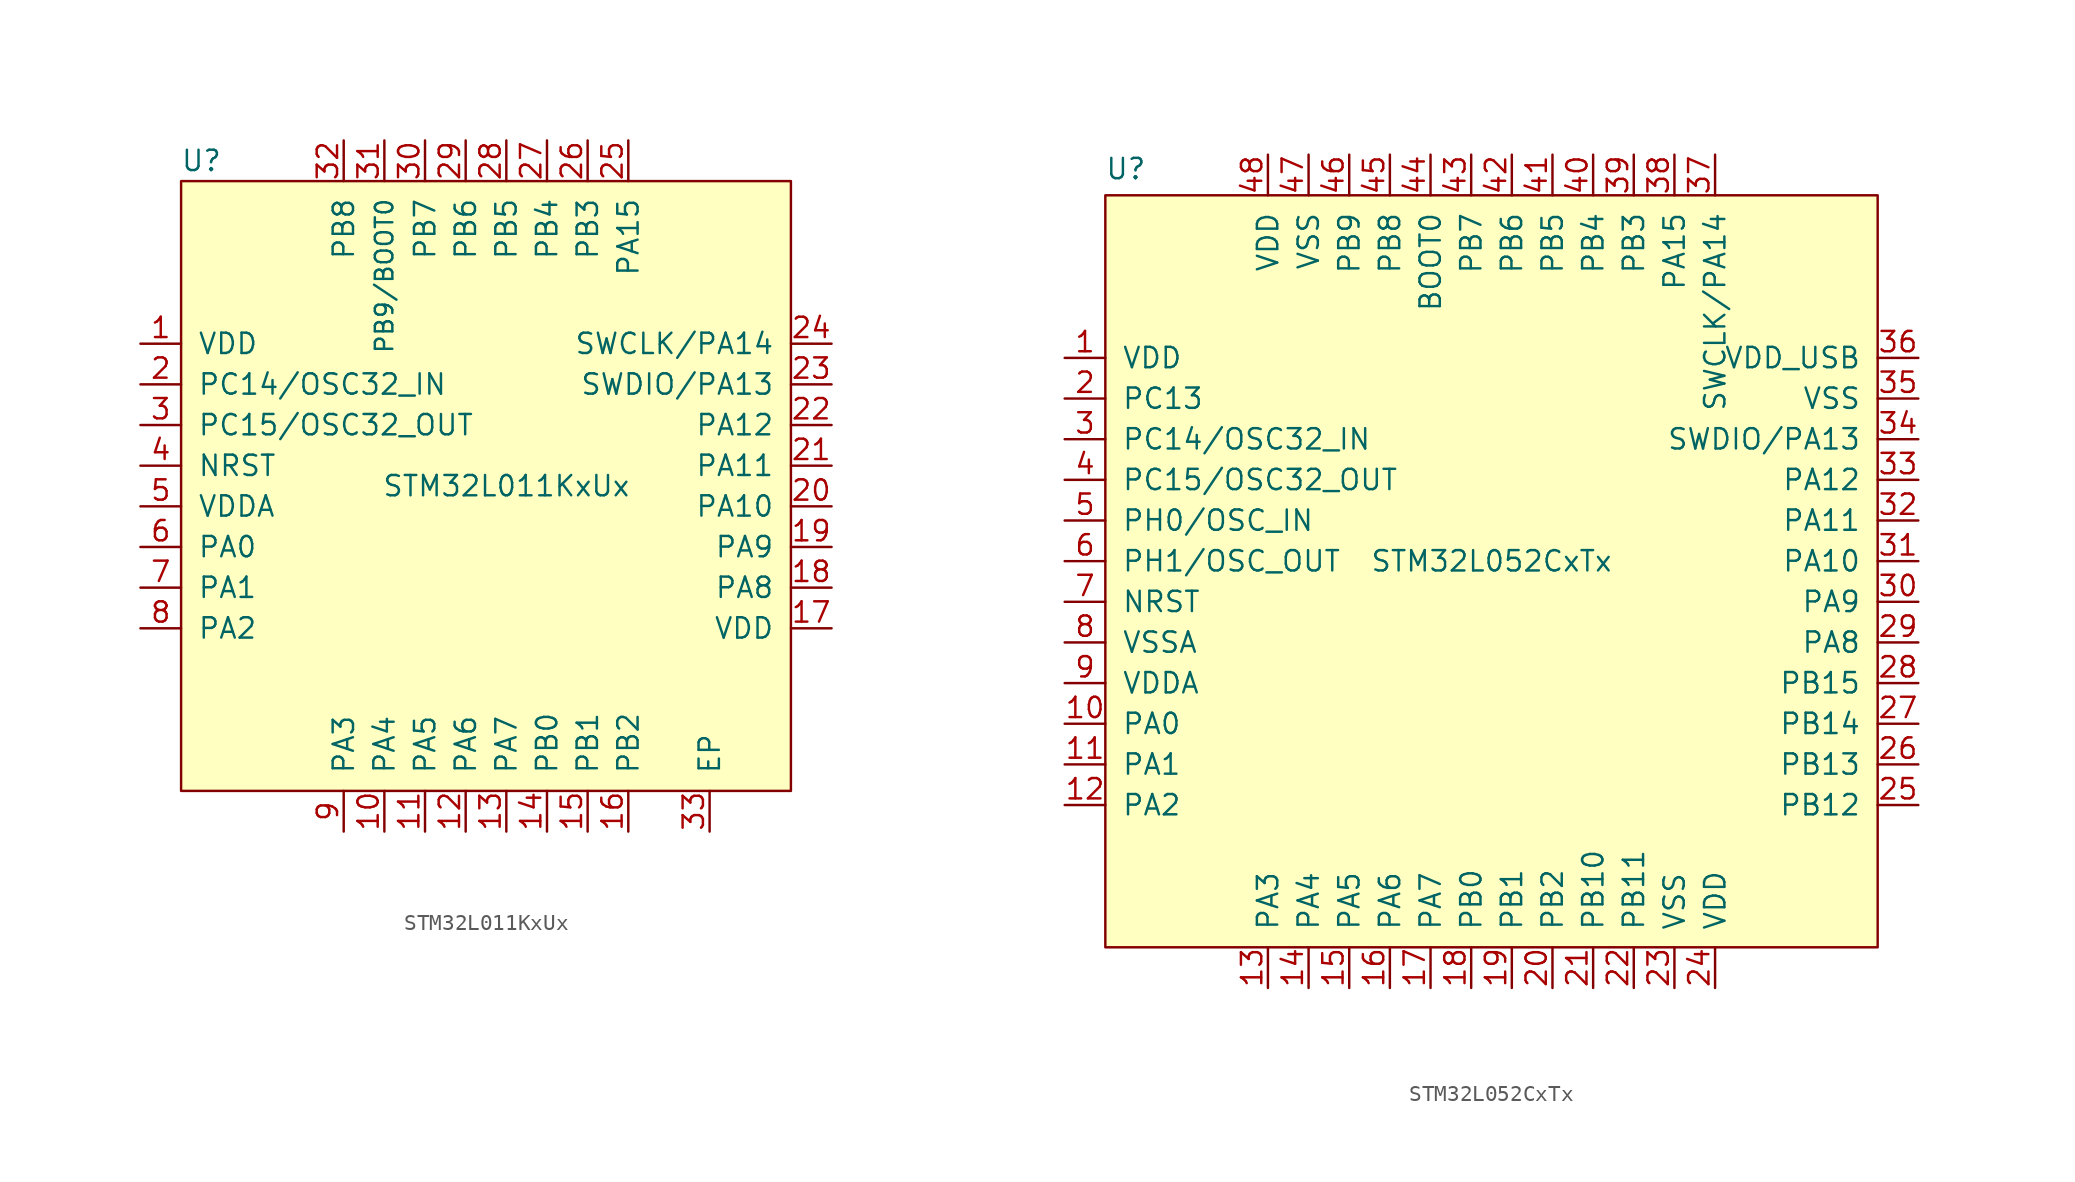
<source format=kicad_sym>
(kicad_symbol_lib
  (version 20241209)
  (generator "kicad_symbol_editor")
  (generator_version "9.0")
  (symbol "STM32L011KxUx"
    (pin_names
      (offset 1.016))
    (property "Reference" "U"
      (at 1.27 39.37 0)
      (effects (font (size 1.27 1.27))))
    (property "Value" "STM32L011KxUx"
      (at 20.32 19.05 0)
      (effects (font (size 1.27 1.27))))
    (symbol "STM32L011KxUx_0_1"
      (rectangle (start 0 38.1) (end 38.1 0) (stroke (width 0) (type default)) (fill (type background))))
    (symbol "STM32L011KxUx_1_1"
      (pin power_in line (at -2.54 27.94 0) (length 2.54) (name "VDD" (effects (font (size 1.27 1.27)))) (number "1" (effects (font (size 1.27 1.27)))))
      (pin bidirectional line (at -2.54 25.4 0) (length 2.54) (name "PC14/OSC32_IN" (effects (font (size 1.27 1.27)))) (number "2" (effects (font (size 1.27 1.27)))))
      (pin bidirectional line (at -2.54 22.86 0) (length 2.54) (name "PC15/OSC32_OUT" (effects (font (size 1.27 1.27)))) (number "3" (effects (font (size 1.27 1.27)))))
      (pin input line (at -2.54 20.32 0) (length 2.54) (name "NRST" (effects (font (size 1.27 1.27)))) (number "4" (effects (font (size 1.27 1.27)))))
      (pin power_in line (at -2.54 17.78 0) (length 2.54) (name "VDDA" (effects (font (size 1.27 1.27)))) (number "5" (effects (font (size 1.27 1.27)))))
      (pin bidirectional line (at -2.54 15.24 0) (length 2.54) (name "PA0" (effects (font (size 1.27 1.27)))) (number "6" (effects (font (size 1.27 1.27)))))
      (pin bidirectional line (at -2.54 12.7 0) (length 2.54) (name "PA1" (effects (font (size 1.27 1.27)))) (number "7" (effects (font (size 1.27 1.27)))))
      (pin bidirectional line (at -2.54 10.16 0) (length 2.54) (name "PA2" (effects (font (size 1.27 1.27)))) (number "8" (effects (font (size 1.27 1.27)))))
      (pin bidirectional line (at 10.16 40.64 270) (length 2.54) (name "PB8" (effects (font (size 1.27 1.27)))) (number "32" (effects (font (size 1.27 1.27)))))
      (pin bidirectional line (at 10.16 -2.54 90) (length 2.54) (name "PA3" (effects (font (size 1.27 1.27)))) (number "9" (effects (font (size 1.27 1.27)))))
      (pin bidirectional line (at 12.7 40.64 270) (length 2.54) (name "PB9/BOOT0" (effects (font (size 1.092 1.092)))) (number "31" (effects (font (size 1.27 1.27)))))
      (pin bidirectional line (at 12.7 -2.54 90) (length 2.54) (name "PA4" (effects (font (size 1.27 1.27)))) (number "10" (effects (font (size 1.27 1.27)))))
      (pin bidirectional line (at 15.24 40.64 270) (length 2.54) (name "PB7" (effects (font (size 1.27 1.27)))) (number "30" (effects (font (size 1.27 1.27)))))
      (pin bidirectional line (at 15.24 -2.54 90) (length 2.54) (name "PA5" (effects (font (size 1.27 1.27)))) (number "11" (effects (font (size 1.27 1.27)))))
      (pin bidirectional line (at 17.78 40.64 270) (length 2.54) (name "PB6" (effects (font (size 1.27 1.27)))) (number "29" (effects (font (size 1.27 1.27)))))
      (pin bidirectional line (at 17.78 -2.54 90) (length 2.54) (name "PA6" (effects (font (size 1.27 1.27)))) (number "12" (effects (font (size 1.27 1.27)))))
      (pin bidirectional line (at 20.32 40.64 270) (length 2.54) (name "PB5" (effects (font (size 1.27 1.27)))) (number "28" (effects (font (size 1.27 1.27)))))
      (pin bidirectional line (at 20.32 -2.54 90) (length 2.54) (name "PA7" (effects (font (size 1.27 1.27)))) (number "13" (effects (font (size 1.27 1.27)))))
      (pin bidirectional line (at 22.86 40.64 270) (length 2.54) (name "PB4" (effects (font (size 1.27 1.27)))) (number "27" (effects (font (size 1.27 1.27)))))
      (pin bidirectional line (at 22.86 -2.54 90) (length 2.54) (name "PB0" (effects (font (size 1.27 1.27)))) (number "14" (effects (font (size 1.27 1.27)))))
      (pin bidirectional line (at 25.4 40.64 270) (length 2.54) (name "PB3" (effects (font (size 1.27 1.27)))) (number "26" (effects (font (size 1.27 1.27)))))
      (pin bidirectional line (at 25.4 -2.54 90) (length 2.54) (name "PB1" (effects (font (size 1.27 1.27)))) (number "15" (effects (font (size 1.27 1.27)))))
      (pin bidirectional line (at 27.94 40.64 270) (length 2.54) (name "PA15" (effects (font (size 1.27 1.27)))) (number "25" (effects (font (size 1.27 1.27)))))
      (pin bidirectional line (at 27.94 -2.54 90) (length 2.54) (name "PB2" (effects (font (size 1.27 1.27)))) (number "16" (effects (font (size 1.27 1.27)))))
      (pin power_in line (at 33.02 -2.54 90) (length 2.54) (name "EP" (effects (font (size 1.27 1.27)))) (number "33" (effects (font (size 1.27 1.27)))))
      (pin bidirectional line (at 40.64 27.94 180) (length 2.54) (name "SWCLK/PA14" (effects (font (size 1.27 1.27)))) (number "24" (effects (font (size 1.27 1.27)))))
      (pin bidirectional line (at 40.64 25.4 180) (length 2.54) (name "SWDIO/PA13" (effects (font (size 1.27 1.27)))) (number "23" (effects (font (size 1.27 1.27)))))
      (pin bidirectional line (at 40.64 22.86 180) (length 2.54) (name "PA12" (effects (font (size 1.27 1.27)))) (number "22" (effects (font (size 1.27 1.27)))))
      (pin bidirectional line (at 40.64 20.32 180) (length 2.54) (name "PA11" (effects (font (size 1.27 1.27)))) (number "21" (effects (font (size 1.27 1.27)))))
      (pin bidirectional line (at 40.64 17.78 180) (length 2.54) (name "PA10" (effects (font (size 1.27 1.27)))) (number "20" (effects (font (size 1.27 1.27)))))
      (pin bidirectional line (at 40.64 15.24 180) (length 2.54) (name "PA9" (effects (font (size 1.27 1.27)))) (number "19" (effects (font (size 1.27 1.27)))))
      (pin bidirectional line (at 40.64 12.7 180) (length 2.54) (name "PA8" (effects (font (size 1.27 1.27)))) (number "18" (effects (font (size 1.27 1.27)))))
      (pin power_in line (at 40.64 10.16 180) (length 2.54) (name "VDD" (effects (font (size 1.27 1.27)))) (number "17" (effects (font (size 1.27 1.27)))))))
  (symbol "STM32L052CxTx"
    (pin_names
      (offset 1.016))
    (property "Reference" "U"
      (at 1.28 48.64 0)
      (effects (font (size 1.27 1.27))))
    (property "Value" "STM32L052CxTx"
      (at 24.13 24.13 0)
      (effects (font (size 1.27 1.27))))
    (symbol "STM32L052CxTx_0_1"
      (rectangle (start 0 46.99) (end 48.26 0) (stroke (width 0) (type default)) (fill (type background))))
    (symbol "STM32L052CxTx_1_1"
      (pin power_in line (at -2.54 36.83 0) (length 2.54) (name "VDD" (effects (font (size 1.27 1.27)))) (number "1" (effects (font (size 1.27 1.27)))))
      (pin bidirectional line (at -2.54 34.29 0) (length 2.54) (name "PC13" (effects (font (size 1.27 1.27)))) (number "2" (effects (font (size 1.27 1.27)))))
      (pin bidirectional line (at -2.54 31.75 0) (length 2.54) (name "PC14/OSC32_IN" (effects (font (size 1.27 1.27)))) (number "3" (effects (font (size 1.27 1.27)))))
      (pin bidirectional line (at -2.54 29.21 0) (length 2.54) (name "PC15/OSC32_OUT" (effects (font (size 1.27 1.27)))) (number "4" (effects (font (size 1.27 1.27)))))
      (pin bidirectional line (at -2.54 26.67 0) (length 2.54) (name "PH0/OSC_IN" (effects (font (size 1.27 1.27)))) (number "5" (effects (font (size 1.27 1.27)))))
      (pin bidirectional line (at -2.54 24.13 0) (length 2.54) (name "PH1/OSC_OUT" (effects (font (size 1.27 1.27)))) (number "6" (effects (font (size 1.27 1.27)))))
      (pin input line (at -2.54 21.59 0) (length 2.54) (name "NRST" (effects (font (size 1.27 1.27)))) (number "7" (effects (font (size 1.27 1.27)))))
      (pin power_in line (at -2.54 19.05 0) (length 2.54) (name "VSSA" (effects (font (size 1.27 1.27)))) (number "8" (effects (font (size 1.27 1.27)))))
      (pin power_in line (at -2.54 16.51 0) (length 2.54) (name "VDDA" (effects (font (size 1.27 1.27)))) (number "9" (effects (font (size 1.27 1.27)))))
      (pin bidirectional line (at -2.54 13.97 0) (length 2.54) (name "PA0" (effects (font (size 1.27 1.27)))) (number "10" (effects (font (size 1.27 1.27)))))
      (pin bidirectional line (at -2.54 11.43 0) (length 2.54) (name "PA1" (effects (font (size 1.27 1.27)))) (number "11" (effects (font (size 1.27 1.27)))))
      (pin bidirectional line (at -2.54 8.89 0) (length 2.54) (name "PA2" (effects (font (size 1.27 1.27)))) (number "12" (effects (font (size 1.27 1.27)))))
      (pin power_in line (at 10.16 49.53 270) (length 2.54) (name "VDD" (effects (font (size 1.27 1.27)))) (number "48" (effects (font (size 1.27 1.27)))))
      (pin bidirectional line (at 10.16 -2.54 90) (length 2.54) (name "PA3" (effects (font (size 1.27 1.27)))) (number "13" (effects (font (size 1.27 1.27)))))
      (pin power_in line (at 12.7 49.53 270) (length 2.54) (name "VSS" (effects (font (size 1.27 1.27)))) (number "47" (effects (font (size 1.27 1.27)))))
      (pin bidirectional line (at 12.7 -2.54 90) (length 2.54) (name "PA4" (effects (font (size 1.27 1.27)))) (number "14" (effects (font (size 1.27 1.27)))))
      (pin bidirectional line (at 15.24 49.53 270) (length 2.54) (name "PB9" (effects (font (size 1.27 1.27)))) (number "46" (effects (font (size 1.27 1.27)))))
      (pin bidirectional line (at 15.24 -2.54 90) (length 2.54) (name "PA5" (effects (font (size 1.27 1.27)))) (number "15" (effects (font (size 1.27 1.27)))))
      (pin bidirectional line (at 17.78 49.53 270) (length 2.54) (name "PB8" (effects (font (size 1.27 1.27)))) (number "45" (effects (font (size 1.27 1.27)))))
      (pin bidirectional line (at 17.78 -2.54 90) (length 2.54) (name "PA6" (effects (font (size 1.27 1.27)))) (number "16" (effects (font (size 1.27 1.27)))))
      (pin input line (at 20.32 49.53 270) (length 2.54) (name "BOOT0" (effects (font (size 1.27 1.27)))) (number "44" (effects (font (size 1.27 1.27)))))
      (pin bidirectional line (at 20.32 -2.54 90) (length 2.54) (name "PA7" (effects (font (size 1.27 1.27)))) (number "17" (effects (font (size 1.27 1.27)))))
      (pin bidirectional line (at 22.86 49.53 270) (length 2.54) (name "PB7" (effects (font (size 1.27 1.27)))) (number "43" (effects (font (size 1.27 1.27)))))
      (pin bidirectional line (at 22.86 -2.54 90) (length 2.54) (name "PB0" (effects (font (size 1.27 1.27)))) (number "18" (effects (font (size 1.27 1.27)))))
      (pin bidirectional line (at 25.4 49.53 270) (length 2.54) (name "PB6" (effects (font (size 1.27 1.27)))) (number "42" (effects (font (size 1.27 1.27)))))
      (pin bidirectional line (at 25.4 -2.54 90) (length 2.54) (name "PB1" (effects (font (size 1.27 1.27)))) (number "19" (effects (font (size 1.27 1.27)))))
      (pin bidirectional line (at 27.94 49.53 270) (length 2.54) (name "PB5" (effects (font (size 1.27 1.27)))) (number "41" (effects (font (size 1.27 1.27)))))
      (pin bidirectional line (at 27.94 -2.54 90) (length 2.54) (name "PB2" (effects (font (size 1.27 1.27)))) (number "20" (effects (font (size 1.27 1.27)))))
      (pin bidirectional line (at 30.48 49.53 270) (length 2.54) (name "PB4" (effects (font (size 1.27 1.27)))) (number "40" (effects (font (size 1.27 1.27)))))
      (pin bidirectional line (at 30.48 -2.54 90) (length 2.54) (name "PB10" (effects (font (size 1.27 1.27)))) (number "21" (effects (font (size 1.27 1.27)))))
      (pin bidirectional line (at 33.02 49.53 270) (length 2.54) (name "PB3" (effects (font (size 1.27 1.27)))) (number "39" (effects (font (size 1.27 1.27)))))
      (pin bidirectional line (at 33.02 -2.54 90) (length 2.54) (name "PB11" (effects (font (size 1.27 1.27)))) (number "22" (effects (font (size 1.27 1.27)))))
      (pin bidirectional line (at 35.56 49.53 270) (length 2.54) (name "PA15" (effects (font (size 1.27 1.27)))) (number "38" (effects (font (size 1.27 1.27)))))
      (pin power_in line (at 35.56 -2.54 90) (length 2.54) (name "VSS" (effects (font (size 1.27 1.27)))) (number "23" (effects (font (size 1.27 1.27)))))
      (pin bidirectional line (at 38.1 49.53 270) (length 2.54) (name "SWCLK/PA14" (effects (font (size 1.27 1.27)))) (number "37" (effects (font (size 1.27 1.27)))))
      (pin power_in line (at 38.1 -2.54 90) (length 2.54) (name "VDD" (effects (font (size 1.27 1.27)))) (number "24" (effects (font (size 1.27 1.27)))))
      (pin power_in line (at 50.8 36.83 180) (length 2.54) (name "VDD_USB" (effects (font (size 1.27 1.27)))) (number "36" (effects (font (size 1.27 1.27)))))
      (pin power_in line (at 50.8 34.29 180) (length 2.54) (name "VSS" (effects (font (size 1.27 1.27)))) (number "35" (effects (font (size 1.27 1.27)))))
      (pin bidirectional line (at 50.8 31.75 180) (length 2.54) (name "SWDIO/PA13" (effects (font (size 1.27 1.27)))) (number "34" (effects (font (size 1.27 1.27)))))
      (pin bidirectional line (at 50.8 29.21 180) (length 2.54) (name "PA12" (effects (font (size 1.27 1.27)))) (number "33" (effects (font (size 1.27 1.27)))))
      (pin bidirectional line (at 50.8 26.67 180) (length 2.54) (name "PA11" (effects (font (size 1.27 1.27)))) (number "32" (effects (font (size 1.27 1.27)))))
      (pin bidirectional line (at 50.8 24.13 180) (length 2.54) (name "PA10" (effects (font (size 1.27 1.27)))) (number "31" (effects (font (size 1.27 1.27)))))
      (pin bidirectional line (at 50.8 21.59 180) (length 2.54) (name "PA9" (effects (font (size 1.27 1.27)))) (number "30" (effects (font (size 1.27 1.27)))))
      (pin bidirectional line (at 50.8 19.05 180) (length 2.54) (name "PA8" (effects (font (size 1.27 1.27)))) (number "29" (effects (font (size 1.27 1.27)))))
      (pin bidirectional line (at 50.8 16.51 180) (length 2.54) (name "PB15" (effects (font (size 1.27 1.27)))) (number "28" (effects (font (size 1.27 1.27)))))
      (pin bidirectional line (at 50.8 13.97 180) (length 2.54) (name "PB14" (effects (font (size 1.27 1.27)))) (number "27" (effects (font (size 1.27 1.27)))))
      (pin bidirectional line (at 50.8 11.43 180) (length 2.54) (name "PB13" (effects (font (size 1.27 1.27)))) (number "26" (effects (font (size 1.27 1.27)))))
      (pin bidirectional line (at 50.8 8.89 180) (length 2.54) (name "PB12" (effects (font (size 1.27 1.27)))) (number "25" (effects (font (size 1.27 1.27))))))))
</source>
